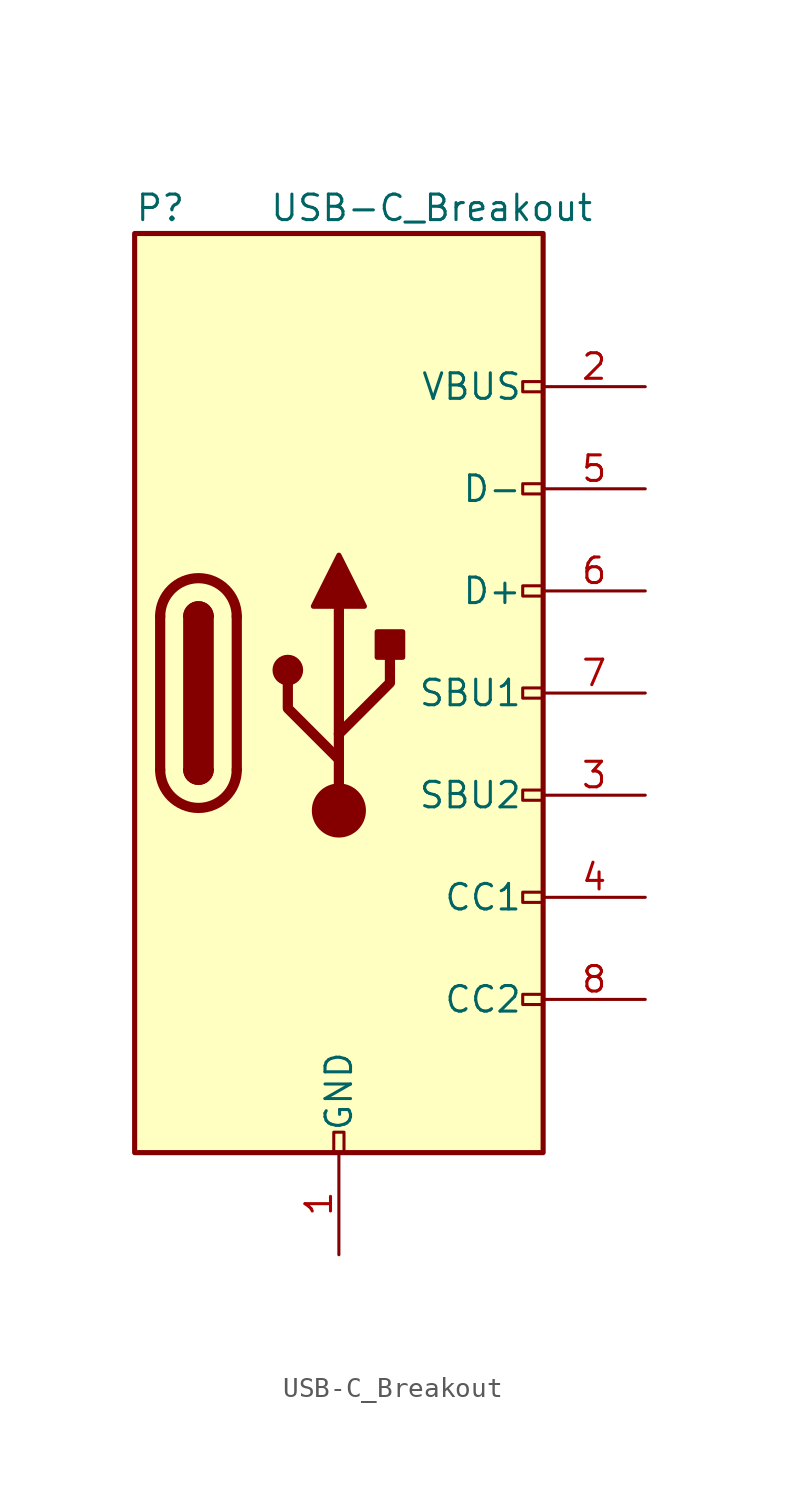
<source format=kicad_sym>
(kicad_symbol_lib
  (version 20231120)
  (generator "kicad_symbol_editor")
  (generator_version "8.0")
  (symbol "USB-C_Breakout"
    (pin_names
      (offset 1.016))
    (property "Reference" "P"
      (at -10.16 24.13 0)
      (effects (font (size 1.27 1.27)) (justify left)))
    (property "Value" "USB-C_Breakout"
      (at 12.7 24.13 0)
      (effects (font (size 1.27 1.27)) (justify right)))
    (symbol "USB-C_Breakout_0_0"
      (rectangle (start -0.254 -22.86) (end 0.254 -21.844) (stroke (width 0) (type default)) (fill (type none)))
      (rectangle (start 10.16 -14.986) (end 9.144 -15.494) (stroke (width 0) (type default)) (fill (type none)))
      (rectangle (start 10.16 -9.906) (end 9.144 -10.414) (stroke (width 0) (type default)) (fill (type none)))
      (rectangle (start 10.16 -4.826) (end 9.144 -5.334) (stroke (width 0) (type default)) (fill (type none)))
      (rectangle (start 10.16 0.254) (end 9.144 -0.254) (stroke (width 0) (type default)) (fill (type none)))
      (rectangle (start 10.16 5.334) (end 9.144 4.826) (stroke (width 0) (type default)) (fill (type none)))
      (rectangle (start 10.16 10.414) (end 9.144 9.906) (stroke (width 0) (type default)) (fill (type none)))
      (rectangle (start 10.16 15.494) (end 9.144 14.986) (stroke (width 0) (type default)) (fill (type none))))
    (symbol "USB-C_Breakout_0_1"
      (rectangle (start -10.16 22.86) (end 10.16 -22.86) (stroke (width 0.254) (type default)) (fill (type background)))
      (arc (start -8.89 -3.81) (mid -6.985 -5.7067) (end -5.08 -3.81) (stroke (width 0.508) (type default)) (fill (type none)))
      (arc (start -7.62 -3.81) (mid -6.985 -4.4423) (end -6.35 -3.81) (stroke (width 0.254) (type default)) (fill (type none)))
      (arc (start -7.62 -3.81) (mid -6.985 -4.4423) (end -6.35 -3.81) (stroke (width 0.254) (type default)) (fill (type outline)))
      (rectangle (start -7.62 -3.81) (end -6.35 3.81) (stroke (width 0.254) (type default)) (fill (type outline)))
      (arc (start -6.35 3.81) (mid -6.985 4.4423) (end -7.62 3.81) (stroke (width 0.254) (type default)) (fill (type none)))
      (arc (start -6.35 3.81) (mid -6.985 4.4423) (end -7.62 3.81) (stroke (width 0.254) (type default)) (fill (type outline)))
      (arc (start -5.08 3.81) (mid -6.985 5.7067) (end -8.89 3.81) (stroke (width 0.508) (type default)) (fill (type none)))
      (circle (center -2.54 1.143) (radius 0.635) (stroke (width 0.254) (type default)) (fill (type outline)))
      (circle (center 0 -5.842) (radius 1.27) (stroke (width 0) (type default)) (fill (type outline)))
      (polyline (pts (xy -8.89 -3.81) (xy -8.89 3.81)) (stroke (width 0.508) (type default)) (fill (type none)))
      (polyline (pts (xy -5.08 3.81) (xy -5.08 -3.81)) (stroke (width 0.508) (type default)) (fill (type none)))
      (polyline (pts (xy 0 -5.842) (xy 0 4.318)) (stroke (width 0.508) (type default)) (fill (type none)))
      (polyline (pts (xy 0 -3.302) (xy -2.54 -0.762) (xy -2.54 0.508)) (stroke (width 0.508) (type default)) (fill (type none)))
      (polyline (pts (xy 0 -2.032) (xy 2.54 0.508) (xy 2.54 1.778)) (stroke (width 0.508) (type default)) (fill (type none)))
      (polyline (pts (xy -1.27 4.318) (xy 0 6.858) (xy 1.27 4.318) (xy -1.27 4.318)) (stroke (width 0.254) (type default)) (fill (type outline)))
      (rectangle (start 1.905 1.778) (end 3.175 3.048) (stroke (width 0.254) (type default)) (fill (type outline))))
    (symbol "USB-C_Breakout_1_1"
      (pin passive line (at 0 -27.94 90) (length 5.08) (name "GND" (effects (font (size 1.27 1.27)))) (number "1" (effects (font (size 1.27 1.27)))))
      (pin passive line (at 15.24 15.24 180) (length 5.08) (name "VBUS" (effects (font (size 1.27 1.27)))) (number "2" (effects (font (size 1.27 1.27)))))
      (pin bidirectional line (at 15.24 -5.08 180) (length 5.08) (name "SBU2" (effects (font (size 1.27 1.27)))) (number "3" (effects (font (size 1.27 1.27)))))
      (pin bidirectional line (at 15.24 -10.16 180) (length 5.08) (name "CC1" (effects (font (size 1.27 1.27)))) (number "4" (effects (font (size 1.27 1.27)))))
      (pin bidirectional line (at 15.24 10.16 180) (length 5.08) (name "D-" (effects (font (size 1.27 1.27)))) (number "5" (effects (font (size 1.27 1.27)))))
      (pin bidirectional line (at 15.24 5.08 180) (length 5.08) (name "D+" (effects (font (size 1.27 1.27)))) (number "6" (effects (font (size 1.27 1.27)))))
      (pin bidirectional line (at 15.24 0 180) (length 5.08) (name "SBU1" (effects (font (size 1.27 1.27)))) (number "7" (effects (font (size 1.27 1.27)))))
      (pin bidirectional line (at 15.24 -15.24 180) (length 5.08) (name "CC2" (effects (font (size 1.27 1.27)))) (number "8" (effects (font (size 1.27 1.27))))))))
</source>
